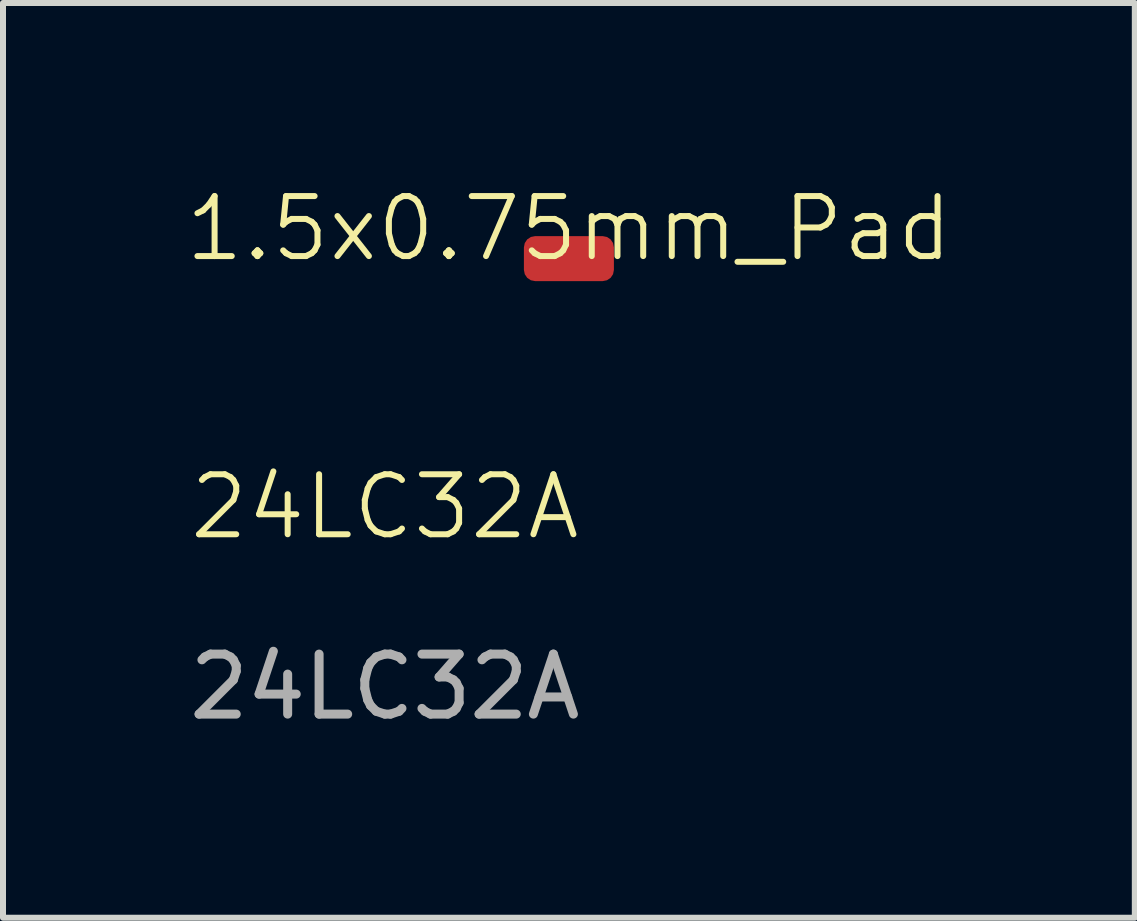
<source format=kicad_pcb>
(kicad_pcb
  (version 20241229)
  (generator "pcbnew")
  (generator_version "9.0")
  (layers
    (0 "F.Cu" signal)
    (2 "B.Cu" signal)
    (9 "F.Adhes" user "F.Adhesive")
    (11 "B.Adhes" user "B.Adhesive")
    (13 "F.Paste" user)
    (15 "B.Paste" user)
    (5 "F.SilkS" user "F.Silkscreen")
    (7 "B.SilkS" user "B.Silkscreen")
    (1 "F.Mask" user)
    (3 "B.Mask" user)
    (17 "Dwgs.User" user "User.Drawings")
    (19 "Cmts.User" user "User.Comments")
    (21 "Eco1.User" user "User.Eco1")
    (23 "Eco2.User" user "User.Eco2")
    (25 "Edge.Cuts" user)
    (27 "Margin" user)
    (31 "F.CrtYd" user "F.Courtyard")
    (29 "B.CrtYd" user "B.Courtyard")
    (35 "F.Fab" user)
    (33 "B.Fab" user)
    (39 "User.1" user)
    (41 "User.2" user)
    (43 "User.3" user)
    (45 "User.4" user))
  (footprint "24LC32A"
    (layer "F.Cu")
    (at 3.363 5.896)
    (property "Reference" "24LC32A" (at 0 -0.5 0) (unlocked yes) (layer "F.SilkS") (effects (font (size 1 1) (thickness 0.1))))
    (attr smd)
    (fp_text user "${REFERENCE}" (at 0 2.5 0) (unlocked yes) (layer "F.Fab") (effects (font (size 1 1) (thickness 0.15)))))
  (footprint "1.5x0.75mm_Pad"
    (layer "F.Cu")
    (at 6.431 1.26)
    (property "Reference" "1.5x0.75mm_Pad" (at 0 -0.5 0) (unlocked yes) (layer "F.SilkS") (effects (font (size 1 1) (thickness 0.1))))
    (attr smd)
    (pad "1" smd roundrect (at 0 0) (size 1.5 0.75) (layers "F.Cu" "F.Mask" "F.Paste") (roundrect_rratio 0.25)))
  (gr_rect
    (start -3 -3)
    (end 15.862 12.244)
    (stroke (width 0.1) (type default))
    (fill no)
    (layer "Edge.Cuts")))
</source>
